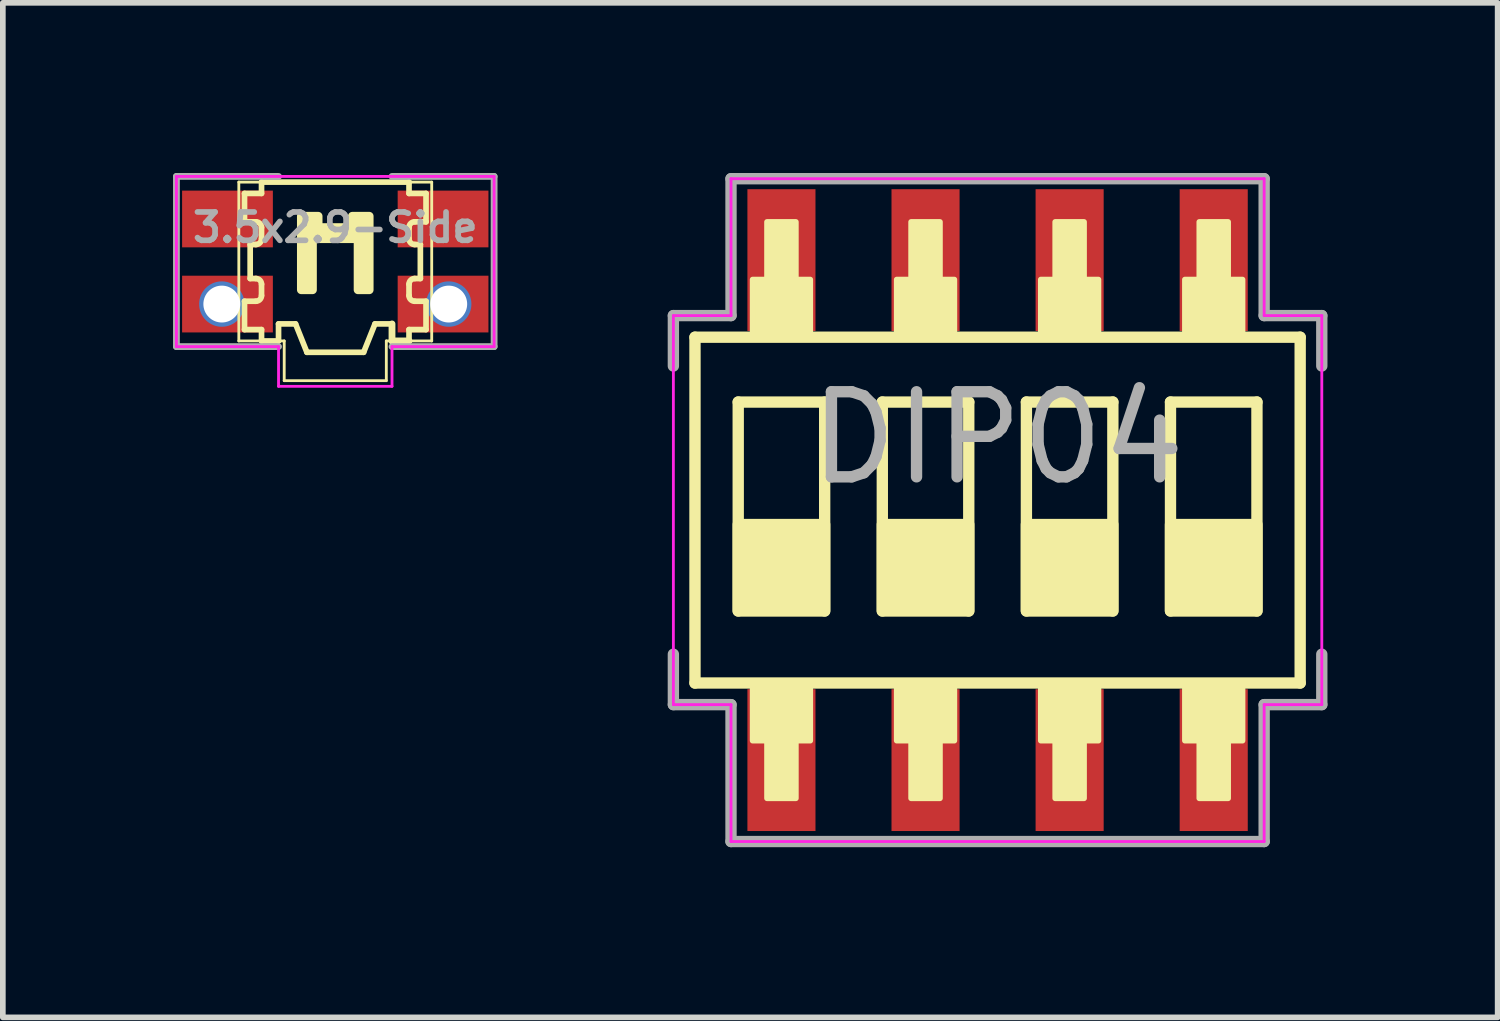
<source format=kicad_pcb>
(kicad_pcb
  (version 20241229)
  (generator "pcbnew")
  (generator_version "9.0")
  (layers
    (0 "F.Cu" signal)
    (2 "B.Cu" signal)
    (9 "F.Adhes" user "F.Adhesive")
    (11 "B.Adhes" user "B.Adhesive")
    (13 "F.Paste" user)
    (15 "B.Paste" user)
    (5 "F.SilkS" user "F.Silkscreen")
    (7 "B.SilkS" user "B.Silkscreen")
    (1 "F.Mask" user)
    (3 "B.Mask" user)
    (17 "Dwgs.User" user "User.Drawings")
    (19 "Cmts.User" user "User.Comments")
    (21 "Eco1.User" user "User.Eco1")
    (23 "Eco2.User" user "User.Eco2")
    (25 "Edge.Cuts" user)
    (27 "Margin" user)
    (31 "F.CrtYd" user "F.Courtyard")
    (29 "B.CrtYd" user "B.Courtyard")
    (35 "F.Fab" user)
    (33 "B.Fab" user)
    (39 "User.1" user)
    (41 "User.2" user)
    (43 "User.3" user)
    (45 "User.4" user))
  (footprint "3.5x2.9-Side"
    (layer "F.Cu")
    (at 2.86 1.56)
    (property "Reference" "3.5x2.9-Side" (at 0 -0.6 0) (layer "F.Fab") (effects (font (size 0.5 0.5) (thickness 0.1))))
    (attr through_hole)
    (fp_line (start -1.7 -1.4) (end -1.7 1.4) (stroke (width 0.05) (type solid)) (layer "F.SilkS"))
    (fp_line (start -1.7 -1.4) (end 1.7 -1.4) (stroke (width 0.05) (type solid)) (layer "F.SilkS"))
    (fp_line (start -1.7 1.4) (end -0.9 1.4) (stroke (width 0.05) (type solid)) (layer "F.SilkS"))
    (fp_line (start -1.6 -1.2) (end -1.3 -1.2) (stroke (width 0.1) (type solid)) (layer "F.SilkS"))
    (fp_line (start -1.6 -0.7) (end -1.6 -1.2) (stroke (width 0.1) (type solid)) (layer "F.SilkS"))
    (fp_line (start -1.6 1.2) (end -1.6 0.7) (stroke (width 0.1) (type solid)) (layer "F.SilkS"))
    (fp_line (start -1.6 1.2) (end -1.3 1.2) (stroke (width 0.1) (type solid)) (layer "F.SilkS"))
    (fp_line (start -1.5 -0.3) (end -1.5 0.3) (stroke (width 0.1) (type solid)) (layer "F.SilkS"))
    (fp_line (start -1.4 -0.7) (end -1.6 -0.7) (stroke (width 0.1) (type solid)) (layer "F.SilkS"))
    (fp_line (start -1.4 -0.3) (end -1.5 -0.3) (stroke (width 0.1) (type solid)) (layer "F.SilkS"))
    (fp_line (start -1.4 0.3) (end -1.5 0.3) (stroke (width 0.1) (type solid)) (layer "F.SilkS"))
    (fp_line (start -1.4 0.7) (end -1.6 0.7) (stroke (width 0.1) (type solid)) (layer "F.SilkS"))
    (fp_line (start -1.3 -1.2) (end -1.3 -1.4) (stroke (width 0.1) (type solid)) (layer "F.SilkS"))
    (fp_line (start -1.3 -0.4) (end -1.3 -0.6) (stroke (width 0.1) (type solid)) (layer "F.SilkS"))
    (fp_line (start -1.3 0.6) (end -1.3 0.4) (stroke (width 0.1) (type solid)) (layer "F.SilkS"))
    (fp_line (start -1.3 1.4) (end -1.3 1.2) (stroke (width 0.1) (type solid)) (layer "F.SilkS"))
    (fp_line (start -1 1.1) (end -1 1.4) (stroke (width 0.1) (type solid)) (layer "F.SilkS"))
    (fp_line (start -1 1.1) (end -0.7 1.1) (stroke (width 0.1) (type solid)) (layer "F.SilkS"))
    (fp_line (start -1 1.4) (end -1.3 1.4) (stroke (width 0.1) (type solid)) (layer "F.SilkS"))
    (fp_line (start -0.9 2.1) (end -0.9 1.4) (stroke (width 0.05) (type solid)) (layer "F.SilkS"))
    (fp_line (start -0.5 1.6) (end -0.7 1.1) (stroke (width 0.1) (type solid)) (layer "F.SilkS"))
    (fp_line (start -0.5 1.6) (end 0.5 1.6) (stroke (width 0.1) (type solid)) (layer "F.SilkS"))
    (fp_line (start 0.5 1.6) (end 0.7 1.1) (stroke (width 0.1) (type solid)) (layer "F.SilkS"))
    (fp_line (start 0.7 1.1) (end 1 1.1) (stroke (width 0.1) (type solid)) (layer "F.SilkS"))
    (fp_line (start 0.9 1.4) (end 1.7 1.4) (stroke (width 0.05) (type solid)) (layer "F.SilkS"))
    (fp_line (start 0.9 2.1) (end -0.9 2.1) (stroke (width 0.05) (type solid)) (layer "F.SilkS"))
    (fp_line (start 0.9 2.1) (end 0.9 1.4) (stroke (width 0.05) (type solid)) (layer "F.SilkS"))
    (fp_line (start 1 1.1) (end 1 1.4) (stroke (width 0.12) (type solid)) (layer "F.SilkS"))
    (fp_line (start 1 1.4) (end 1.3 1.4) (stroke (width 0.12) (type solid)) (layer "F.SilkS"))
    (fp_line (start 1.3 -1.4) (end -1.3 -1.4) (stroke (width 0.1) (type solid)) (layer "F.SilkS"))
    (fp_line (start 1.3 -1.4) (end 1.3 -1.2) (stroke (width 0.1) (type solid)) (layer "F.SilkS"))
    (fp_line (start 1.3 -0.6) (end 1.3 -0.4) (stroke (width 0.1) (type solid)) (layer "F.SilkS"))
    (fp_line (start 1.3 0.4) (end 1.3 0.6) (stroke (width 0.1) (type solid)) (layer "F.SilkS"))
    (fp_line (start 1.3 1.2) (end 1.3 1.4) (stroke (width 0.1) (type solid)) (layer "F.SilkS"))
    (fp_line (start 1.4 -0.7) (end 1.6 -0.7) (stroke (width 0.1) (type solid)) (layer "F.SilkS"))
    (fp_line (start 1.4 -0.3) (end 1.5 -0.3) (stroke (width 0.1) (type solid)) (layer "F.SilkS"))
    (fp_line (start 1.4 0.3) (end 1.5 0.3) (stroke (width 0.1) (type solid)) (layer "F.SilkS"))
    (fp_line (start 1.4 0.7) (end 1.6 0.7) (stroke (width 0.1) (type solid)) (layer "F.SilkS"))
    (fp_line (start 1.5 0.3) (end 1.5 -0.3) (stroke (width 0.1) (type solid)) (layer "F.SilkS"))
    (fp_line (start 1.6 -1.2) (end 1.3 -1.2) (stroke (width 0.1) (type solid)) (layer "F.SilkS"))
    (fp_line (start 1.6 -1.2) (end 1.6 -0.7) (stroke (width 0.1) (type solid)) (layer "F.SilkS"))
    (fp_line (start 1.6 0.7) (end 1.6 1.2) (stroke (width 0.1) (type solid)) (layer "F.SilkS"))
    (fp_line (start 1.6 1.2) (end 1.3 1.2) (stroke (width 0.1) (type solid)) (layer "F.SilkS"))
    (fp_line (start 1.7 -1.4) (end 1.7 1.4) (stroke (width 0.05) (type solid)) (layer "F.SilkS"))
    (fp_arc (start -1.4 -0.7) (mid -1.329289 -0.670711) (end -1.3 -0.6) (stroke (width 0.1) (type solid)) (layer "F.SilkS"))
    (fp_arc (start -1.4 0.3) (mid -1.329289 0.329289) (end -1.3 0.4) (stroke (width 0.1) (type solid)) (layer "F.SilkS"))
    (fp_arc (start -1.3 -0.4) (mid -1.329289 -0.329289) (end -1.4 -0.3) (stroke (width 0.1) (type solid)) (layer "F.SilkS"))
    (fp_arc (start -1.3 0.6) (mid -1.329289 0.670711) (end -1.4 0.7) (stroke (width 0.1) (type solid)) (layer "F.SilkS"))
    (fp_arc (start 1.3 -0.6) (mid 1.329289 -0.670711) (end 1.4 -0.7) (stroke (width 0.1) (type solid)) (layer "F.SilkS"))
    (fp_arc (start 1.3 0.4) (mid 1.329289 0.329289) (end 1.4 0.3) (stroke (width 0.1) (type solid)) (layer "F.SilkS"))
    (fp_arc (start 1.4 -0.3) (mid 1.329289 -0.329289) (end 1.3 -0.4) (stroke (width 0.1) (type solid)) (layer "F.SilkS"))
    (fp_arc (start 1.4 0.7) (mid 1.329289 0.670711) (end 1.3 0.6) (stroke (width 0.1) (type solid)) (layer "F.SilkS"))
    (fp_poly (pts (xy -0.3 -0.6) (xy 0.3 -0.6) (xy 0.3 -0.8) (xy 0.6 -0.8) (xy 0.6 0.5) (xy 0.4 0.5) (xy 0.4 -0.4) (xy -0.4 -0.4) (xy -0.4 0.5) (xy -0.6 0.5) (xy -0.6 -0.8) (xy -0.3 -0.8)) (stroke (width 0.15) (type solid)) (fill yes) (layer "F.SilkS"))
    (fp_line (start -2.8 -1.5) (end 2.8 -1.5) (stroke (width 0.05) (type solid)) (layer "F.CrtYd"))
    (fp_line (start -2.8 1.5) (end -2.8 -1.5) (stroke (width 0.05) (type solid)) (layer "F.CrtYd"))
    (fp_line (start -1 1.5) (end -2.8 1.5) (stroke (width 0.05) (type solid)) (layer "F.CrtYd"))
    (fp_line (start -1 1.5) (end -1 2.2) (stroke (width 0.05) (type solid)) (layer "F.CrtYd"))
    (fp_line (start -1 2.2) (end 1 2.2) (stroke (width 0.05) (type solid)) (layer "F.CrtYd"))
    (fp_line (start 1 1.5) (end 1 2.2) (stroke (width 0.05) (type solid)) (layer "F.CrtYd"))
    (fp_line (start 2.8 1.5) (end 1 1.5) (stroke (width 0.05) (type solid)) (layer "F.CrtYd"))
    (fp_line (start 2.8 1.5) (end 2.8 -1.5) (stroke (width 0.05) (type solid)) (layer "F.CrtYd"))
    (fp_line (start -2.8 -1.5) (end -2.8 1.5) (stroke (width 0.12) (type solid)) (layer "F.Fab"))
    (fp_line (start -2.8 -1.5) (end -1 -1.5) (stroke (width 0.12) (type solid)) (layer "F.Fab"))
    (fp_line (start -2.8 1.5) (end -1 1.5) (stroke (width 0.12) (type solid)) (layer "F.Fab"))
    (fp_line (start 1 -1.5) (end 2.8 -1.5) (stroke (width 0.12) (type solid)) (layer "F.Fab"))
    (fp_line (start 1 1.5) (end 2.8 1.5) (stroke (width 0.12) (type solid)) (layer "F.Fab"))
    (fp_line (start 2.8 -1.5) (end 2.8 1.5) (stroke (width 0.12) (type solid)) (layer "F.Fab"))
    (pad "1" smd rect (at -1.9 -0.75) (size 1.6 1) (layers "F.Cu" "F.Mask" "F.Paste"))
    (pad "2" thru_hole oval (at -2 0.75) (size 0.8 0.8) (drill 0.65) (layers "*.Cu" "*.Mask"))
    (pad "2" smd rect (at -1.9 0.75) (size 1.6 1) (layers "F.Cu" "F.Mask" "F.Paste"))
    (pad "3" smd rect (at 1.9 -0.75) (size 1.6 1) (layers "F.Cu" "F.Mask" "F.Paste"))
    (pad "4" smd rect (at 1.9 0.75) (size 1.6 1) (layers "F.Cu" "F.Mask" "F.Paste"))
    (pad "4" thru_hole oval (at 2 0.75) (size 0.8 0.8) (drill 0.65) (layers "*.Cu" "*.Mask")))
  (footprint "DIP04"
    (layer "F.Cu")
    (at 14.535 5.942)
    (property "Reference" "DIP04" (at 0 -1.27 180) (layer "F.Fab") (effects (font (size 1.5 1.5) (thickness 0.2))))
    (attr through_hole)
    (fp_line (start -5.334 -3.048) (end -5.334 3.048) (stroke (width 0.2) (type solid)) (layer "F.SilkS"))
    (fp_line (start -5.334 3.048) (end 5.334 3.048) (stroke (width 0.2) (type solid)) (layer "F.SilkS"))
    (fp_line (start -4.572 -1.905) (end -3.048 -1.905) (stroke (width 0.2) (type solid)) (layer "F.SilkS"))
    (fp_line (start -4.572 1.778) (end -4.572 -1.905) (stroke (width 0.2) (type solid)) (layer "F.SilkS"))
    (fp_line (start -3.048 -1.905) (end -3.048 1.778) (stroke (width 0.2) (type solid)) (layer "F.SilkS"))
    (fp_line (start -2.032 -1.905) (end -0.508 -1.905) (stroke (width 0.2) (type solid)) (layer "F.SilkS"))
    (fp_line (start -2.032 1.778) (end -2.032 -1.905) (stroke (width 0.2) (type solid)) (layer "F.SilkS"))
    (fp_line (start -0.508 -1.905) (end -0.508 1.778) (stroke (width 0.2) (type solid)) (layer "F.SilkS"))
    (fp_line (start 0.508 -1.905) (end 2.032 -1.905) (stroke (width 0.2) (type solid)) (layer "F.SilkS"))
    (fp_line (start 0.508 1.778) (end 0.508 -1.905) (stroke (width 0.2) (type solid)) (layer "F.SilkS"))
    (fp_line (start 2.032 -1.905) (end 2.032 1.778) (stroke (width 0.2) (type solid)) (layer "F.SilkS"))
    (fp_line (start 3.048 -1.905) (end 4.572 -1.905) (stroke (width 0.2) (type solid)) (layer "F.SilkS"))
    (fp_line (start 3.048 1.778) (end 3.048 -1.905) (stroke (width 0.2) (type solid)) (layer "F.SilkS"))
    (fp_line (start 4.572 -1.905) (end 4.572 1.778) (stroke (width 0.2) (type solid)) (layer "F.SilkS"))
    (fp_line (start 5.334 -3.048) (end -5.334 -3.048) (stroke (width 0.2) (type solid)) (layer "F.SilkS"))
    (fp_line (start 5.334 -3.048) (end 5.334 3.048) (stroke (width 0.2) (type solid)) (layer "F.SilkS"))
    (fp_poly (pts (xy -3.048 1.778) (xy -4.572 1.778) (xy -4.572 0.254) (xy -3.048 0.254)) (stroke (width 0.2) (type solid)) (fill yes) (layer "F.SilkS"))
    (fp_poly (pts (xy -0.508 1.778) (xy -2.032 1.778) (xy -2.032 0.254) (xy -0.508 0.254)) (stroke (width 0.2) (type solid)) (fill yes) (layer "F.SilkS"))
    (fp_poly (pts (xy 2.032 1.778) (xy 0.508 1.778) (xy 0.508 0.254) (xy 2.032 0.254)) (stroke (width 0.2) (type solid)) (fill yes) (layer "F.SilkS"))
    (fp_poly (pts (xy 4.572 1.778) (xy 3.048 1.778) (xy 3.048 0.254) (xy 4.572 0.254)) (stroke (width 0.2) (type solid)) (fill yes) (layer "F.SilkS"))
    (fp_poly (pts (xy -4.064 4.064) (xy -4.318 4.064) (xy -4.318 3.048) (xy -3.302 3.048) (xy -3.302 4.064) (xy -3.556 4.064) (xy -3.556 5.08) (xy -4.064 5.08)) (stroke (width 0.1) (type solid)) (fill yes) (layer "F.SilkS"))
    (fp_poly (pts (xy -3.556 -4.064) (xy -3.302 -4.064) (xy -3.302 -3.048) (xy -4.318 -3.048) (xy -4.318 -4.064) (xy -4.064 -4.064) (xy -4.064 -5.08) (xy -3.556 -5.08)) (stroke (width 0.1) (type solid)) (fill yes) (layer "F.SilkS"))
    (fp_poly (pts (xy -1.524 4.064) (xy -1.778 4.064) (xy -1.778 3.048) (xy -0.762 3.048) (xy -0.762 4.064) (xy -1.016 4.064) (xy -1.016 5.08) (xy -1.524 5.08)) (stroke (width 0.1) (type solid)) (fill yes) (layer "F.SilkS"))
    (fp_poly (pts (xy -1.016 -4.064) (xy -0.762 -4.064) (xy -0.762 -3.048) (xy -1.778 -3.048) (xy -1.778 -4.064) (xy -1.524 -4.064) (xy -1.524 -5.08) (xy -1.016 -5.08)) (stroke (width 0.1) (type solid)) (fill yes) (layer "F.SilkS"))
    (fp_poly (pts (xy 1.016 4.064) (xy 0.762 4.064) (xy 0.762 3.048) (xy 1.778 3.048) (xy 1.778 4.064) (xy 1.524 4.064) (xy 1.524 5.08) (xy 1.016 5.08)) (stroke (width 0.1) (type solid)) (fill yes) (layer "F.SilkS"))
    (fp_poly (pts (xy 1.524 -4.064) (xy 1.778 -4.064) (xy 1.778 -3.048) (xy 0.762 -3.048) (xy 0.762 -4.064) (xy 1.016 -4.064) (xy 1.016 -5.08) (xy 1.524 -5.08)) (stroke (width 0.1) (type solid)) (fill yes) (layer "F.SilkS"))
    (fp_poly (pts (xy 3.556 4.064) (xy 3.302 4.064) (xy 3.302 3.048) (xy 4.318 3.048) (xy 4.318 4.064) (xy 4.064 4.064) (xy 4.064 5.08) (xy 3.556 5.08)) (stroke (width 0.1) (type solid)) (fill yes) (layer "F.SilkS"))
    (fp_poly (pts (xy 4.064 -4.064) (xy 4.318 -4.064) (xy 4.318 -3.048) (xy 3.302 -3.048) (xy 3.302 -4.064) (xy 3.556 -4.064) (xy 3.556 -5.08) (xy 4.064 -5.08)) (stroke (width 0.1) (type solid)) (fill yes) (layer "F.SilkS"))
    (fp_line (start -5.715 3.429) (end -5.715 -3.429) (stroke (width 0.05) (type solid)) (layer "F.CrtYd"))
    (fp_line (start -4.699 -3.429) (end -5.715 -3.429) (stroke (width 0.05) (type solid)) (layer "F.CrtYd"))
    (fp_line (start -4.699 -3.429) (end -4.699 -5.842) (stroke (width 0.05) (type solid)) (layer "F.CrtYd"))
    (fp_line (start -4.699 3.429) (end -5.715 3.429) (stroke (width 0.05) (type solid)) (layer "F.CrtYd"))
    (fp_line (start -4.699 5.842) (end -4.699 3.429) (stroke (width 0.05) (type solid)) (layer "F.CrtYd"))
    (fp_line (start 4.699 -5.842) (end -4.699 -5.842) (stroke (width 0.05) (type solid)) (layer "F.CrtYd"))
    (fp_line (start 4.699 -3.429) (end 4.699 -5.842) (stroke (width 0.05) (type solid)) (layer "F.CrtYd"))
    (fp_line (start 4.699 5.842) (end -4.699 5.842) (stroke (width 0.05) (type solid)) (layer "F.CrtYd"))
    (fp_line (start 4.699 5.842) (end 4.699 3.429) (stroke (width 0.05) (type solid)) (layer "F.CrtYd"))
    (fp_line (start 5.715 -3.429) (end 4.699 -3.429) (stroke (width 0.05) (type solid)) (layer "F.CrtYd"))
    (fp_line (start 5.715 3.429) (end 4.699 3.429) (stroke (width 0.05) (type solid)) (layer "F.CrtYd"))
    (fp_line (start 5.715 3.429) (end 5.715 -3.429) (stroke (width 0.05) (type solid)) (layer "F.CrtYd"))
    (fp_line (start -5.715 -3.429) (end -5.715 -2.54) (stroke (width 0.2) (type solid)) (layer "F.Fab"))
    (fp_line (start -5.715 2.54) (end -5.715 3.429) (stroke (width 0.2) (type solid)) (layer "F.Fab"))
    (fp_line (start -4.699 -5.842) (end -4.699 -3.429) (stroke (width 0.2) (type solid)) (layer "F.Fab"))
    (fp_line (start -4.699 -5.842) (end 4.699 -5.842) (stroke (width 0.2) (type solid)) (layer "F.Fab"))
    (fp_line (start -4.699 -3.429) (end -5.715 -3.429) (stroke (width 0.2) (type solid)) (layer "F.Fab"))
    (fp_line (start -4.699 3.429) (end -5.715 3.429) (stroke (width 0.2) (type solid)) (layer "F.Fab"))
    (fp_line (start -4.699 3.429) (end -4.699 5.842) (stroke (width 0.2) (type solid)) (layer "F.Fab"))
    (fp_line (start -4.699 5.842) (end 4.699 5.842) (stroke (width 0.2) (type solid)) (layer "F.Fab"))
    (fp_line (start 4.699 -5.842) (end 4.699 -3.429) (stroke (width 0.2) (type solid)) (layer "F.Fab"))
    (fp_line (start 4.699 3.429) (end 4.699 5.842) (stroke (width 0.2) (type solid)) (layer "F.Fab"))
    (fp_line (start 5.715 -3.429) (end 4.699 -3.429) (stroke (width 0.2) (type solid)) (layer "F.Fab"))
    (fp_line (start 5.715 -3.429) (end 5.715 -2.54) (stroke (width 0.2) (type solid)) (layer "F.Fab"))
    (fp_line (start 5.715 2.54) (end 5.715 3.429) (stroke (width 0.2) (type solid)) (layer "F.Fab"))
    (fp_line (start 5.715 3.429) (end 4.699 3.429) (stroke (width 0.2) (type solid)) (layer "F.Fab"))
    (pad "1" smd rect (at -3.81 4.407) (size 1.2 2.5) (layers "F.Cu" "F.Mask" "F.Paste"))
    (pad "2" smd rect (at -3.81 -4.407) (size 1.2 2.5) (layers "F.Cu" "F.Mask" "F.Paste"))
    (pad "3" smd rect (at -1.27 4.407) (size 1.2 2.5) (layers "F.Cu" "F.Mask" "F.Paste"))
    (pad "4" smd rect (at -1.27 -4.407) (size 1.2 2.5) (layers "F.Cu" "F.Mask" "F.Paste"))
    (pad "5" smd rect (at 1.27 4.407) (size 1.2 2.5) (layers "F.Cu" "F.Mask" "F.Paste"))
    (pad "6" smd rect (at 1.27 -4.407) (size 1.2 2.5) (layers "F.Cu" "F.Mask" "F.Paste"))
    (pad "7" smd rect (at 3.81 4.407) (size 1.2 2.5) (layers "F.Cu" "F.Mask" "F.Paste"))
    (pad "8" smd rect (at 3.81 -4.407) (size 1.2 2.5) (layers "F.Cu" "F.Mask" "F.Paste")))
  (gr_rect
    (start -3 -3)
    (end 23.35 14.884)
    (stroke (width 0.1) (type default))
    (fill no)
    (layer "Edge.Cuts")))
</source>
